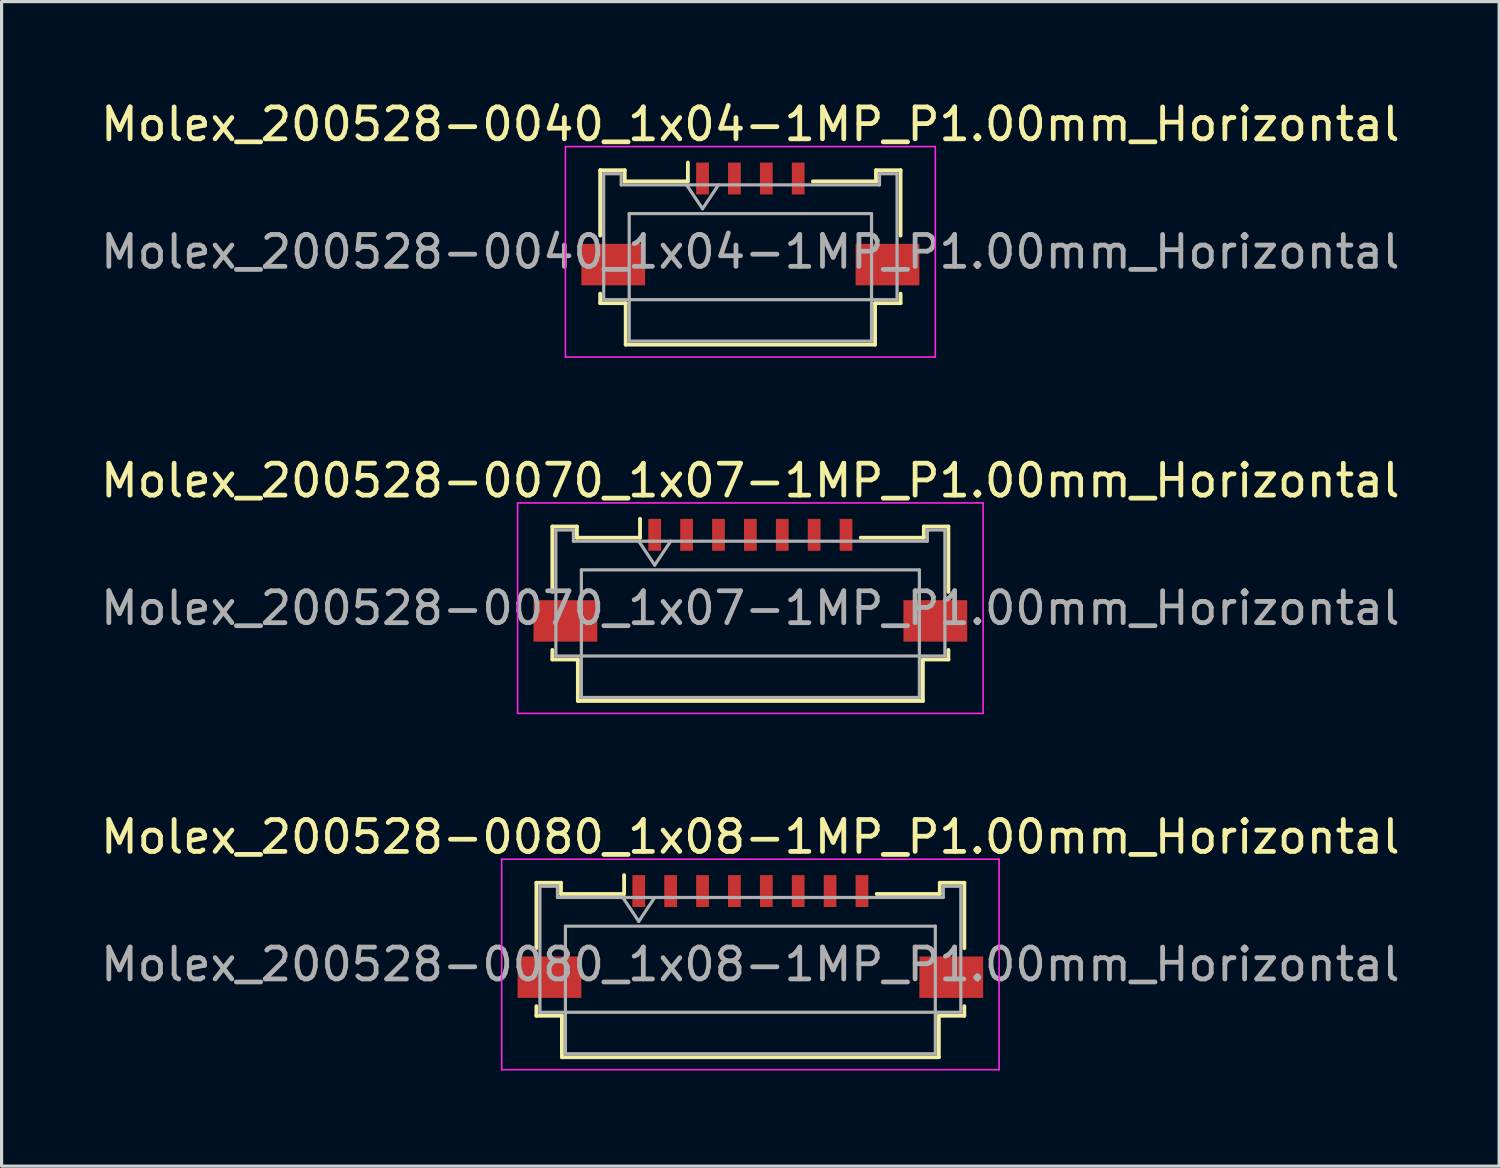
<source format=kicad_pcb>
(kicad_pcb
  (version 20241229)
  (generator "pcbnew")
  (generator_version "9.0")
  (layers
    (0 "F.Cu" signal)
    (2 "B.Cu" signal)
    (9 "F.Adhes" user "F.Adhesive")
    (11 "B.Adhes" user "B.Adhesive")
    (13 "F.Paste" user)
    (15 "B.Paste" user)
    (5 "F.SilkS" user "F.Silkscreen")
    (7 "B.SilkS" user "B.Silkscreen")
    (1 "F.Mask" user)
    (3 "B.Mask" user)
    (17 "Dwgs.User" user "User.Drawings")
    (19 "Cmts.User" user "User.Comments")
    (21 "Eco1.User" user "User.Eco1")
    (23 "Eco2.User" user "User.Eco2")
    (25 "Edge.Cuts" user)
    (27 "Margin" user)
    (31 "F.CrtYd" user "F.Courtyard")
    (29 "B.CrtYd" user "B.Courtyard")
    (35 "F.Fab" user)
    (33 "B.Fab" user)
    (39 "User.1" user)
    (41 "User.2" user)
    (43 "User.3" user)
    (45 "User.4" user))
  (footprint "Molex_200528-0070_1x07-1MP_P1.00mm_Horizontal"
    (layer "F.Cu")
    (at 20.482 14.632)
    (property "Reference" "Molex_200528-0070_1x07-1MP_P1.00mm_Horizontal" (at 0 -2.61 0) (layer "F.SilkS") (effects (font (size 1 1) (thickness 0.15))))
    (attr smd)
    (fp_line (start -6.21 -1.17) (end -6.21 0.88) (stroke (width 0.12) (type solid)) (layer "F.SilkS"))
    (fp_line (start -6.21 2.7) (end -6.21 3) (stroke (width 0.12) (type solid)) (layer "F.SilkS"))
    (fp_line (start -6.21 3) (end -5.41 3) (stroke (width 0.12) (type solid)) (layer "F.SilkS"))
    (fp_line (start -5.44 -1.17) (end -6.21 -1.17) (stroke (width 0.12) (type solid)) (layer "F.SilkS"))
    (fp_line (start -5.44 -0.82) (end -5.44 -1.17) (stroke (width 0.12) (type solid)) (layer "F.SilkS"))
    (fp_line (start -5.41 3) (end -5.41 4.3) (stroke (width 0.12) (type solid)) (layer "F.SilkS"))
    (fp_line (start -5.41 4.3) (end 5.41 4.3) (stroke (width 0.12) (type solid)) (layer "F.SilkS"))
    (fp_line (start -3.46 -1.41) (end -3.46 -0.82) (stroke (width 0.12) (type solid)) (layer "F.SilkS"))
    (fp_line (start -3.46 -0.82) (end -5.44 -0.82) (stroke (width 0.12) (type solid)) (layer "F.SilkS"))
    (fp_line (start 5.41 3) (end 6.21 3) (stroke (width 0.12) (type solid)) (layer "F.SilkS"))
    (fp_line (start 5.41 4.3) (end 5.41 3) (stroke (width 0.12) (type solid)) (layer "F.SilkS"))
    (fp_line (start 5.44 -1.17) (end 5.44 -0.82) (stroke (width 0.12) (type solid)) (layer "F.SilkS"))
    (fp_line (start 5.44 -0.82) (end 3.46 -0.82) (stroke (width 0.12) (type solid)) (layer "F.SilkS"))
    (fp_line (start 6.21 -1.17) (end 5.44 -1.17) (stroke (width 0.12) (type solid)) (layer "F.SilkS"))
    (fp_line (start 6.21 0.88) (end 6.21 -1.17) (stroke (width 0.12) (type solid)) (layer "F.SilkS"))
    (fp_line (start 6.21 3) (end 6.21 2.7) (stroke (width 0.12) (type solid)) (layer "F.SilkS"))
    (fp_line (start -7.3 -1.91) (end -7.3 4.69) (stroke (width 0.05) (type solid)) (layer "F.CrtYd"))
    (fp_line (start -7.3 4.69) (end 7.3 4.69) (stroke (width 0.05) (type solid)) (layer "F.CrtYd"))
    (fp_line (start 7.3 -1.91) (end -7.3 -1.91) (stroke (width 0.05) (type solid)) (layer "F.CrtYd"))
    (fp_line (start 7.3 4.69) (end 7.3 -1.91) (stroke (width 0.05) (type solid)) (layer "F.CrtYd"))
    (fp_line (start -6.1 -1.06) (end -6.1 2.89) (stroke (width 0.1) (type solid)) (layer "F.Fab"))
    (fp_line (start -6.1 2.89) (end 6.1 2.89) (stroke (width 0.1) (type solid)) (layer "F.Fab"))
    (fp_line (start -5.55 -1.06) (end -6.1 -1.06) (stroke (width 0.1) (type solid)) (layer "F.Fab"))
    (fp_line (start -5.55 -0.71) (end -5.55 -1.06) (stroke (width 0.1) (type solid)) (layer "F.Fab"))
    (fp_line (start -5.3 0.19) (end -5.3 4.19) (stroke (width 0.1) (type solid)) (layer "F.Fab"))
    (fp_line (start -5.3 4.19) (end 5.3 4.19) (stroke (width 0.1) (type solid)) (layer "F.Fab"))
    (fp_line (start -3.5 -0.71) (end -3 0.04) (stroke (width 0.1) (type solid)) (layer "F.Fab"))
    (fp_line (start -3 0.04) (end -2.5 -0.71) (stroke (width 0.1) (type solid)) (layer "F.Fab"))
    (fp_line (start 5.3 0.19) (end -5.3 0.19) (stroke (width 0.1) (type solid)) (layer "F.Fab"))
    (fp_line (start 5.3 4.19) (end 5.3 0.19) (stroke (width 0.1) (type solid)) (layer "F.Fab"))
    (fp_line (start 5.55 -1.06) (end 5.55 -0.71) (stroke (width 0.1) (type solid)) (layer "F.Fab"))
    (fp_line (start 5.55 -0.71) (end -5.55 -0.71) (stroke (width 0.1) (type solid)) (layer "F.Fab"))
    (fp_line (start 6.1 -1.06) (end 5.55 -1.06) (stroke (width 0.1) (type solid)) (layer "F.Fab"))
    (fp_line (start 6.1 2.89) (end 6.1 -1.06) (stroke (width 0.1) (type solid)) (layer "F.Fab"))
    (fp_text user "${REFERENCE}" (at 0 1.39 0) (layer "F.Fab") (effects (font (size 1 1) (thickness 0.15))))
    (pad "1" smd rect (at -3 -0.91) (size 0.4 1) (layers "F.Cu" "F.Mask" "F.Paste"))
    (pad "2" smd rect (at -2 -0.91) (size 0.4 1) (layers "F.Cu" "F.Mask" "F.Paste"))
    (pad "3" smd rect (at -1 -0.91) (size 0.4 1) (layers "F.Cu" "F.Mask" "F.Paste"))
    (pad "4" smd rect (at 0 -0.91) (size 0.4 1) (layers "F.Cu" "F.Mask" "F.Paste"))
    (pad "5" smd rect (at 1 -0.91) (size 0.4 1) (layers "F.Cu" "F.Mask" "F.Paste"))
    (pad "6" smd rect (at 2 -0.91) (size 0.4 1) (layers "F.Cu" "F.Mask" "F.Paste"))
    (pad "7" smd rect (at 3 -0.91) (size 0.4 1) (layers "F.Cu" "F.Mask" "F.Paste"))
    (pad "MP" smd rect (at -5.8 1.79) (size 2 1.3) (layers "F.Cu" "F.Mask" "F.Paste"))
    (pad "MP" smd rect (at 5.8 1.79) (size 2 1.3) (layers "F.Cu" "F.Mask" "F.Paste")))
  (footprint "Molex_200528-0040_1x04-1MP_P1.00mm_Horizontal"
    (layer "F.Cu")
    (at 20.482 3.458)
    (property "Reference" "Molex_200528-0040_1x04-1MP_P1.00mm_Horizontal" (at 0 -2.61 0) (layer "F.SilkS") (effects (font (size 1 1) (thickness 0.15))))
    (attr smd)
    (fp_line (start -4.71 -1.17) (end -4.71 0.88) (stroke (width 0.12) (type solid)) (layer "F.SilkS"))
    (fp_line (start -4.71 2.7) (end -4.71 3) (stroke (width 0.12) (type solid)) (layer "F.SilkS"))
    (fp_line (start -4.71 3) (end -3.91 3) (stroke (width 0.12) (type solid)) (layer "F.SilkS"))
    (fp_line (start -3.94 -1.17) (end -4.71 -1.17) (stroke (width 0.12) (type solid)) (layer "F.SilkS"))
    (fp_line (start -3.94 -0.82) (end -3.94 -1.17) (stroke (width 0.12) (type solid)) (layer "F.SilkS"))
    (fp_line (start -3.91 3) (end -3.91 4.3) (stroke (width 0.12) (type solid)) (layer "F.SilkS"))
    (fp_line (start -3.91 4.3) (end 3.91 4.3) (stroke (width 0.12) (type solid)) (layer "F.SilkS"))
    (fp_line (start -1.96 -1.41) (end -1.96 -0.82) (stroke (width 0.12) (type solid)) (layer "F.SilkS"))
    (fp_line (start -1.96 -0.82) (end -3.94 -0.82) (stroke (width 0.12) (type solid)) (layer "F.SilkS"))
    (fp_line (start 3.91 3) (end 4.71 3) (stroke (width 0.12) (type solid)) (layer "F.SilkS"))
    (fp_line (start 3.91 4.3) (end 3.91 3) (stroke (width 0.12) (type solid)) (layer "F.SilkS"))
    (fp_line (start 3.94 -1.17) (end 3.94 -0.82) (stroke (width 0.12) (type solid)) (layer "F.SilkS"))
    (fp_line (start 3.94 -0.82) (end 1.96 -0.82) (stroke (width 0.12) (type solid)) (layer "F.SilkS"))
    (fp_line (start 4.71 -1.17) (end 3.94 -1.17) (stroke (width 0.12) (type solid)) (layer "F.SilkS"))
    (fp_line (start 4.71 0.88) (end 4.71 -1.17) (stroke (width 0.12) (type solid)) (layer "F.SilkS"))
    (fp_line (start 4.71 3) (end 4.71 2.7) (stroke (width 0.12) (type solid)) (layer "F.SilkS"))
    (fp_line (start -5.8 -1.91) (end -5.8 4.69) (stroke (width 0.05) (type solid)) (layer "F.CrtYd"))
    (fp_line (start -5.8 4.69) (end 5.8 4.69) (stroke (width 0.05) (type solid)) (layer "F.CrtYd"))
    (fp_line (start 5.8 -1.91) (end -5.8 -1.91) (stroke (width 0.05) (type solid)) (layer "F.CrtYd"))
    (fp_line (start 5.8 4.69) (end 5.8 -1.91) (stroke (width 0.05) (type solid)) (layer "F.CrtYd"))
    (fp_line (start -4.6 -1.06) (end -4.6 2.89) (stroke (width 0.1) (type solid)) (layer "F.Fab"))
    (fp_line (start -4.6 2.89) (end 4.6 2.89) (stroke (width 0.1) (type solid)) (layer "F.Fab"))
    (fp_line (start -4.05 -1.06) (end -4.6 -1.06) (stroke (width 0.1) (type solid)) (layer "F.Fab"))
    (fp_line (start -4.05 -0.71) (end -4.05 -1.06) (stroke (width 0.1) (type solid)) (layer "F.Fab"))
    (fp_line (start -3.8 0.19) (end -3.8 4.19) (stroke (width 0.1) (type solid)) (layer "F.Fab"))
    (fp_line (start -3.8 4.19) (end 3.8 4.19) (stroke (width 0.1) (type solid)) (layer "F.Fab"))
    (fp_line (start -2 -0.71) (end -1.5 0.04) (stroke (width 0.1) (type solid)) (layer "F.Fab"))
    (fp_line (start -1.5 0.04) (end -1 -0.71) (stroke (width 0.1) (type solid)) (layer "F.Fab"))
    (fp_line (start 3.8 0.19) (end -3.8 0.19) (stroke (width 0.1) (type solid)) (layer "F.Fab"))
    (fp_line (start 3.8 4.19) (end 3.8 0.19) (stroke (width 0.1) (type solid)) (layer "F.Fab"))
    (fp_line (start 4.05 -1.06) (end 4.05 -0.71) (stroke (width 0.1) (type solid)) (layer "F.Fab"))
    (fp_line (start 4.05 -0.71) (end -4.05 -0.71) (stroke (width 0.1) (type solid)) (layer "F.Fab"))
    (fp_line (start 4.6 -1.06) (end 4.05 -1.06) (stroke (width 0.1) (type solid)) (layer "F.Fab"))
    (fp_line (start 4.6 2.89) (end 4.6 -1.06) (stroke (width 0.1) (type solid)) (layer "F.Fab"))
    (fp_text user "${REFERENCE}" (at 0 1.39 0) (layer "F.Fab") (effects (font (size 1 1) (thickness 0.15))))
    (pad "1" smd rect (at -1.5 -0.91) (size 0.4 1) (layers "F.Cu" "F.Mask" "F.Paste"))
    (pad "2" smd rect (at -0.5 -0.91) (size 0.4 1) (layers "F.Cu" "F.Mask" "F.Paste"))
    (pad "3" smd rect (at 0.5 -0.91) (size 0.4 1) (layers "F.Cu" "F.Mask" "F.Paste"))
    (pad "4" smd rect (at 1.5 -0.91) (size 0.4 1) (layers "F.Cu" "F.Mask" "F.Paste"))
    (pad "MP" smd rect (at -4.3 1.79) (size 2 1.3) (layers "F.Cu" "F.Mask" "F.Paste"))
    (pad "MP" smd rect (at 4.3 1.79) (size 2 1.3) (layers "F.Cu" "F.Mask" "F.Paste")))
  (footprint "Molex_200528-0080_1x08-1MP_P1.00mm_Horizontal"
    (layer "F.Cu")
    (at 20.482 25.805)
    (property "Reference" "Molex_200528-0080_1x08-1MP_P1.00mm_Horizontal" (at 0 -2.61 0) (layer "F.SilkS") (effects (font (size 1 1) (thickness 0.15))))
    (attr smd)
    (fp_line (start -6.71 -1.17) (end -6.71 0.88) (stroke (width 0.12) (type solid)) (layer "F.SilkS"))
    (fp_line (start -6.71 2.7) (end -6.71 3) (stroke (width 0.12) (type solid)) (layer "F.SilkS"))
    (fp_line (start -6.71 3) (end -5.91 3) (stroke (width 0.12) (type solid)) (layer "F.SilkS"))
    (fp_line (start -5.94 -1.17) (end -6.71 -1.17) (stroke (width 0.12) (type solid)) (layer "F.SilkS"))
    (fp_line (start -5.94 -0.82) (end -5.94 -1.17) (stroke (width 0.12) (type solid)) (layer "F.SilkS"))
    (fp_line (start -5.91 3) (end -5.91 4.3) (stroke (width 0.12) (type solid)) (layer "F.SilkS"))
    (fp_line (start -5.91 4.3) (end 5.91 4.3) (stroke (width 0.12) (type solid)) (layer "F.SilkS"))
    (fp_line (start -3.96 -1.41) (end -3.96 -0.82) (stroke (width 0.12) (type solid)) (layer "F.SilkS"))
    (fp_line (start -3.96 -0.82) (end -5.94 -0.82) (stroke (width 0.12) (type solid)) (layer "F.SilkS"))
    (fp_line (start 5.91 3) (end 6.71 3) (stroke (width 0.12) (type solid)) (layer "F.SilkS"))
    (fp_line (start 5.91 4.3) (end 5.91 3) (stroke (width 0.12) (type solid)) (layer "F.SilkS"))
    (fp_line (start 5.94 -1.17) (end 5.94 -0.82) (stroke (width 0.12) (type solid)) (layer "F.SilkS"))
    (fp_line (start 5.94 -0.82) (end 3.96 -0.82) (stroke (width 0.12) (type solid)) (layer "F.SilkS"))
    (fp_line (start 6.71 -1.17) (end 5.94 -1.17) (stroke (width 0.12) (type solid)) (layer "F.SilkS"))
    (fp_line (start 6.71 0.88) (end 6.71 -1.17) (stroke (width 0.12) (type solid)) (layer "F.SilkS"))
    (fp_line (start 6.71 3) (end 6.71 2.7) (stroke (width 0.12) (type solid)) (layer "F.SilkS"))
    (fp_line (start -7.8 -1.91) (end -7.8 4.69) (stroke (width 0.05) (type solid)) (layer "F.CrtYd"))
    (fp_line (start -7.8 4.69) (end 7.8 4.69) (stroke (width 0.05) (type solid)) (layer "F.CrtYd"))
    (fp_line (start 7.8 -1.91) (end -7.8 -1.91) (stroke (width 0.05) (type solid)) (layer "F.CrtYd"))
    (fp_line (start 7.8 4.69) (end 7.8 -1.91) (stroke (width 0.05) (type solid)) (layer "F.CrtYd"))
    (fp_line (start -6.6 -1.06) (end -6.6 2.89) (stroke (width 0.1) (type solid)) (layer "F.Fab"))
    (fp_line (start -6.6 2.89) (end 6.6 2.89) (stroke (width 0.1) (type solid)) (layer "F.Fab"))
    (fp_line (start -6.05 -1.06) (end -6.6 -1.06) (stroke (width 0.1) (type solid)) (layer "F.Fab"))
    (fp_line (start -6.05 -0.71) (end -6.05 -1.06) (stroke (width 0.1) (type solid)) (layer "F.Fab"))
    (fp_line (start -5.8 0.19) (end -5.8 4.19) (stroke (width 0.1) (type solid)) (layer "F.Fab"))
    (fp_line (start -5.8 4.19) (end 5.8 4.19) (stroke (width 0.1) (type solid)) (layer "F.Fab"))
    (fp_line (start -4 -0.71) (end -3.5 0.04) (stroke (width 0.1) (type solid)) (layer "F.Fab"))
    (fp_line (start -3.5 0.04) (end -3 -0.71) (stroke (width 0.1) (type solid)) (layer "F.Fab"))
    (fp_line (start 5.8 0.19) (end -5.8 0.19) (stroke (width 0.1) (type solid)) (layer "F.Fab"))
    (fp_line (start 5.8 4.19) (end 5.8 0.19) (stroke (width 0.1) (type solid)) (layer "F.Fab"))
    (fp_line (start 6.05 -1.06) (end 6.05 -0.71) (stroke (width 0.1) (type solid)) (layer "F.Fab"))
    (fp_line (start 6.05 -0.71) (end -6.05 -0.71) (stroke (width 0.1) (type solid)) (layer "F.Fab"))
    (fp_line (start 6.6 -1.06) (end 6.05 -1.06) (stroke (width 0.1) (type solid)) (layer "F.Fab"))
    (fp_line (start 6.6 2.89) (end 6.6 -1.06) (stroke (width 0.1) (type solid)) (layer "F.Fab"))
    (fp_text user "${REFERENCE}" (at 0 1.39 0) (layer "F.Fab") (effects (font (size 1 1) (thickness 0.15))))
    (pad "1" smd rect (at -3.5 -0.91) (size 0.4 1) (layers "F.Cu" "F.Mask" "F.Paste"))
    (pad "2" smd rect (at -2.5 -0.91) (size 0.4 1) (layers "F.Cu" "F.Mask" "F.Paste"))
    (pad "3" smd rect (at -1.5 -0.91) (size 0.4 1) (layers "F.Cu" "F.Mask" "F.Paste"))
    (pad "4" smd rect (at -0.5 -0.91) (size 0.4 1) (layers "F.Cu" "F.Mask" "F.Paste"))
    (pad "5" smd rect (at 0.5 -0.91) (size 0.4 1) (layers "F.Cu" "F.Mask" "F.Paste"))
    (pad "6" smd rect (at 1.5 -0.91) (size 0.4 1) (layers "F.Cu" "F.Mask" "F.Paste"))
    (pad "7" smd rect (at 2.5 -0.91) (size 0.4 1) (layers "F.Cu" "F.Mask" "F.Paste"))
    (pad "8" smd rect (at 3.5 -0.91) (size 0.4 1) (layers "F.Cu" "F.Mask" "F.Paste"))
    (pad "MP" smd rect (at -6.3 1.79) (size 2 1.3) (layers "F.Cu" "F.Mask" "F.Paste"))
    (pad "MP" smd rect (at 6.3 1.79) (size 2 1.3) (layers "F.Cu" "F.Mask" "F.Paste")))
  (gr_rect
    (start -3 -3)
    (end 43.964 33.52)
    (stroke (width 0.1) (type default))
    (fill no)
    (layer "Edge.Cuts")))
</source>
